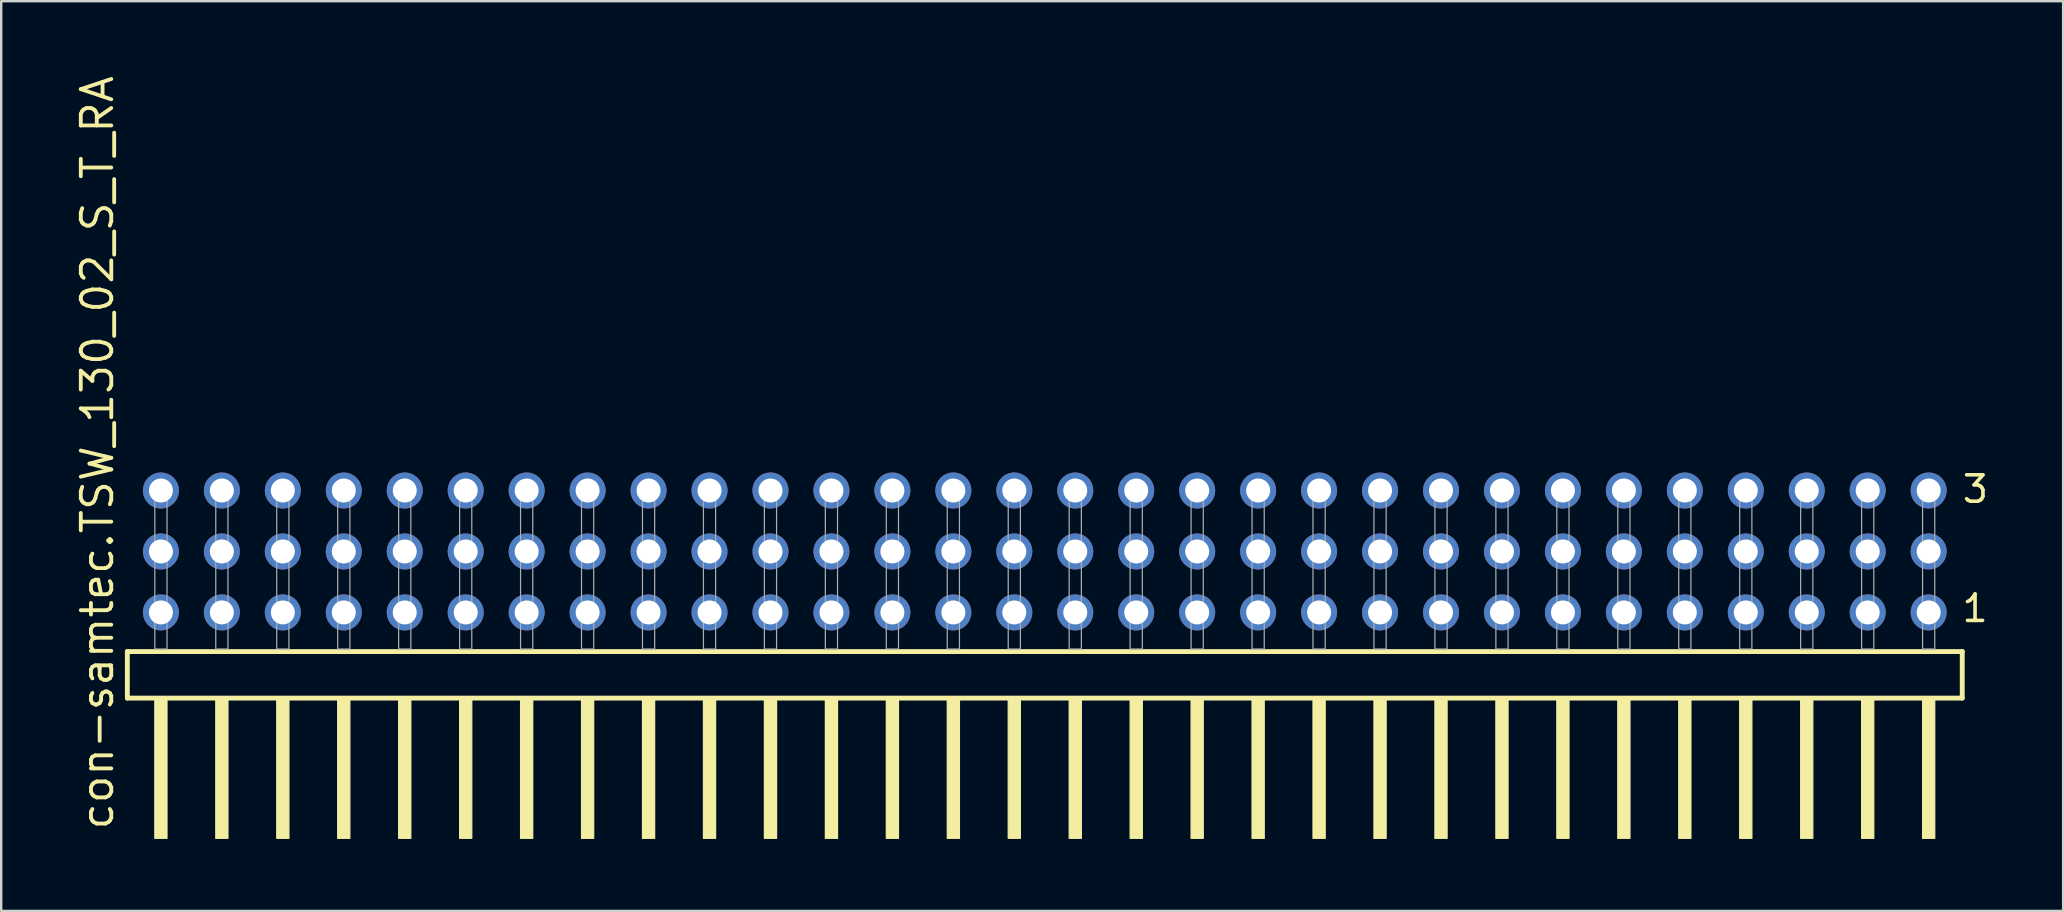
<source format=kicad_pcb>
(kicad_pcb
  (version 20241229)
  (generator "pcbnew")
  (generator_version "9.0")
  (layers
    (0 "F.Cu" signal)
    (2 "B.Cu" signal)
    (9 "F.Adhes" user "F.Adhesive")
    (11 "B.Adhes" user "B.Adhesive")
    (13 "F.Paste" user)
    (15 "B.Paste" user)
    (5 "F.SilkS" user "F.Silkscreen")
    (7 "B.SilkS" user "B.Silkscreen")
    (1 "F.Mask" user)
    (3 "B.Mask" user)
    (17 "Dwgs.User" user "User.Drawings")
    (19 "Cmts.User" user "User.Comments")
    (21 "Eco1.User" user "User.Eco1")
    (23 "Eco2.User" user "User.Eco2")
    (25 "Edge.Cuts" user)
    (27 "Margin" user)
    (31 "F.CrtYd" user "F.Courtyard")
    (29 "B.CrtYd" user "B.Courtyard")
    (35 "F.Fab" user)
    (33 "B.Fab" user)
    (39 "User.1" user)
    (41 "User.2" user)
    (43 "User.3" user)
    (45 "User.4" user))
  (footprint "con-samtec.TSW_130_02_S_T_RA"
    (layer "F.Cu")
    (at 40.485 23.993)
    (property "Reference" "con-samtec.TSW_130_02_S_T_RA" (at -38.735 7.62 90) (layer "F.SilkS") (effects (font (size 1.27 1.27) (thickness 0.16)) (justify left bottom)))
    (attr through_hole)
    (fp_line (start -38.229 0.106) (end -38.229 2.046) (stroke (width 0.203) (type default)) (layer "F.SilkS"))
    (fp_line (start -38.229 2.046) (end 38.229 2.046) (stroke (width 0.203) (type default)) (layer "F.SilkS"))
    (fp_line (start 38.229 0.106) (end -38.229 0.106) (stroke (width 0.203) (type default)) (layer "F.SilkS"))
    (fp_line (start 38.229 2.046) (end 38.229 0.106) (stroke (width 0.203) (type default)) (layer "F.SilkS"))
    (fp_rect (start -37.084 7.89) (end -36.576 2.04) (stroke (width 0.05) (type default)) (fill yes) (layer "F.SilkS"))
    (fp_rect (start -34.544 7.89) (end -34.036 2.04) (stroke (width 0.05) (type default)) (fill yes) (layer "F.SilkS"))
    (fp_rect (start -32.004 7.89) (end -31.496 2.04) (stroke (width 0.05) (type default)) (fill yes) (layer "F.SilkS"))
    (fp_rect (start -29.464 7.89) (end -28.956 2.04) (stroke (width 0.05) (type default)) (fill yes) (layer "F.SilkS"))
    (fp_rect (start -26.924 7.89) (end -26.416 2.04) (stroke (width 0.05) (type default)) (fill yes) (layer "F.SilkS"))
    (fp_rect (start -24.384 7.89) (end -23.876 2.04) (stroke (width 0.05) (type default)) (fill yes) (layer "F.SilkS"))
    (fp_rect (start -21.844 7.89) (end -21.336 2.04) (stroke (width 0.05) (type default)) (fill yes) (layer "F.SilkS"))
    (fp_rect (start -19.304 7.89) (end -18.796 2.04) (stroke (width 0.05) (type default)) (fill yes) (layer "F.SilkS"))
    (fp_rect (start -16.764 7.89) (end -16.256 2.04) (stroke (width 0.05) (type default)) (fill yes) (layer "F.SilkS"))
    (fp_rect (start -14.224 7.89) (end -13.716 2.04) (stroke (width 0.05) (type default)) (fill yes) (layer "F.SilkS"))
    (fp_rect (start -11.684 7.89) (end -11.176 2.04) (stroke (width 0.05) (type default)) (fill yes) (layer "F.SilkS"))
    (fp_rect (start -9.144 7.89) (end -8.636 2.04) (stroke (width 0.05) (type default)) (fill yes) (layer "F.SilkS"))
    (fp_rect (start -6.604 7.89) (end -6.096 2.04) (stroke (width 0.05) (type default)) (fill yes) (layer "F.SilkS"))
    (fp_rect (start -4.064 7.89) (end -3.556 2.04) (stroke (width 0.05) (type default)) (fill yes) (layer "F.SilkS"))
    (fp_rect (start -1.524 7.89) (end -1.016 2.04) (stroke (width 0.05) (type default)) (fill yes) (layer "F.SilkS"))
    (fp_rect (start 1.016 7.89) (end 1.524 2.04) (stroke (width 0.05) (type default)) (fill yes) (layer "F.SilkS"))
    (fp_rect (start 3.556 7.89) (end 4.064 2.04) (stroke (width 0.05) (type default)) (fill yes) (layer "F.SilkS"))
    (fp_rect (start 6.096 7.89) (end 6.604 2.04) (stroke (width 0.05) (type default)) (fill yes) (layer "F.SilkS"))
    (fp_rect (start 8.636 7.89) (end 9.144 2.04) (stroke (width 0.05) (type default)) (fill yes) (layer "F.SilkS"))
    (fp_rect (start 11.176 7.89) (end 11.684 2.04) (stroke (width 0.05) (type default)) (fill yes) (layer "F.SilkS"))
    (fp_rect (start 13.716 7.89) (end 14.224 2.04) (stroke (width 0.05) (type default)) (fill yes) (layer "F.SilkS"))
    (fp_rect (start 16.256 7.89) (end 16.764 2.04) (stroke (width 0.05) (type default)) (fill yes) (layer "F.SilkS"))
    (fp_rect (start 18.796 7.89) (end 19.304 2.04) (stroke (width 0.05) (type default)) (fill yes) (layer "F.SilkS"))
    (fp_rect (start 21.336 7.89) (end 21.844 2.04) (stroke (width 0.05) (type default)) (fill yes) (layer "F.SilkS"))
    (fp_rect (start 23.876 7.89) (end 24.384 2.04) (stroke (width 0.05) (type default)) (fill yes) (layer "F.SilkS"))
    (fp_rect (start 26.416 7.89) (end 26.924 2.04) (stroke (width 0.05) (type default)) (fill yes) (layer "F.SilkS"))
    (fp_rect (start 28.956 7.89) (end 29.464 2.04) (stroke (width 0.05) (type default)) (fill yes) (layer "F.SilkS"))
    (fp_rect (start 31.496 7.89) (end 32.004 2.04) (stroke (width 0.05) (type default)) (fill yes) (layer "F.SilkS"))
    (fp_rect (start 34.036 7.89) (end 34.544 2.04) (stroke (width 0.05) (type default)) (fill yes) (layer "F.SilkS"))
    (fp_rect (start 36.576 7.89) (end 37.084 2.04) (stroke (width 0.05) (type default)) (fill yes) (layer "F.SilkS"))
    (fp_rect (start -37.084 0) (end -36.576 -6.858) (stroke (width 0.05) (type default)) (fill no) (layer "F.Fab"))
    (fp_rect (start -34.544 0) (end -34.036 -6.858) (stroke (width 0.05) (type default)) (fill no) (layer "F.Fab"))
    (fp_rect (start -32.004 0) (end -31.496 -6.858) (stroke (width 0.05) (type default)) (fill no) (layer "F.Fab"))
    (fp_rect (start -29.464 0) (end -28.956 -6.858) (stroke (width 0.05) (type default)) (fill no) (layer "F.Fab"))
    (fp_rect (start -26.924 0) (end -26.416 -6.858) (stroke (width 0.05) (type default)) (fill no) (layer "F.Fab"))
    (fp_rect (start -24.384 0) (end -23.876 -6.858) (stroke (width 0.05) (type default)) (fill no) (layer "F.Fab"))
    (fp_rect (start -21.844 0) (end -21.336 -6.858) (stroke (width 0.05) (type default)) (fill no) (layer "F.Fab"))
    (fp_rect (start -19.304 0) (end -18.796 -6.858) (stroke (width 0.05) (type default)) (fill no) (layer "F.Fab"))
    (fp_rect (start -16.764 0) (end -16.256 -6.858) (stroke (width 0.05) (type default)) (fill no) (layer "F.Fab"))
    (fp_rect (start -14.224 0) (end -13.716 -6.858) (stroke (width 0.05) (type default)) (fill no) (layer "F.Fab"))
    (fp_rect (start -11.684 0) (end -11.176 -6.858) (stroke (width 0.05) (type default)) (fill no) (layer "F.Fab"))
    (fp_rect (start -9.144 0) (end -8.636 -6.858) (stroke (width 0.05) (type default)) (fill no) (layer "F.Fab"))
    (fp_rect (start -6.604 0) (end -6.096 -6.858) (stroke (width 0.05) (type default)) (fill no) (layer "F.Fab"))
    (fp_rect (start -4.064 0) (end -3.556 -6.858) (stroke (width 0.05) (type default)) (fill no) (layer "F.Fab"))
    (fp_rect (start -1.524 0) (end -1.016 -6.858) (stroke (width 0.05) (type default)) (fill no) (layer "F.Fab"))
    (fp_rect (start 1.016 0) (end 1.524 -6.858) (stroke (width 0.05) (type default)) (fill no) (layer "F.Fab"))
    (fp_rect (start 3.556 0) (end 4.064 -6.858) (stroke (width 0.05) (type default)) (fill no) (layer "F.Fab"))
    (fp_rect (start 6.096 0) (end 6.604 -6.858) (stroke (width 0.05) (type default)) (fill no) (layer "F.Fab"))
    (fp_rect (start 8.636 0) (end 9.144 -6.858) (stroke (width 0.05) (type default)) (fill no) (layer "F.Fab"))
    (fp_rect (start 11.176 0) (end 11.684 -6.858) (stroke (width 0.05) (type default)) (fill no) (layer "F.Fab"))
    (fp_rect (start 13.716 0) (end 14.224 -6.858) (stroke (width 0.05) (type default)) (fill no) (layer "F.Fab"))
    (fp_rect (start 16.256 0) (end 16.764 -6.858) (stroke (width 0.05) (type default)) (fill no) (layer "F.Fab"))
    (fp_rect (start 18.796 0) (end 19.304 -6.858) (stroke (width 0.05) (type default)) (fill no) (layer "F.Fab"))
    (fp_rect (start 21.336 0) (end 21.844 -6.858) (stroke (width 0.05) (type default)) (fill no) (layer "F.Fab"))
    (fp_rect (start 23.876 0) (end 24.384 -6.858) (stroke (width 0.05) (type default)) (fill no) (layer "F.Fab"))
    (fp_rect (start 26.416 0) (end 26.924 -6.858) (stroke (width 0.05) (type default)) (fill no) (layer "F.Fab"))
    (fp_rect (start 28.956 0) (end 29.464 -6.858) (stroke (width 0.05) (type default)) (fill no) (layer "F.Fab"))
    (fp_rect (start 31.496 0) (end 32.004 -6.858) (stroke (width 0.05) (type default)) (fill no) (layer "F.Fab"))
    (fp_rect (start 34.036 0) (end 34.544 -6.858) (stroke (width 0.05) (type default)) (fill no) (layer "F.Fab"))
    (fp_rect (start 36.576 0) (end 37.084 -6.858) (stroke (width 0.05) (type default)) (fill no) (layer "F.Fab"))
    (fp_text user "1" (at 38.14 -1.05 0) (layer "F.SilkS") (effects (font (size 1.1 1.1) (thickness 0.15)) (justify left bottom)))
    (fp_text user "3" (at 38.155 -6.015 0) (layer "F.SilkS") (effects (font (size 1.1 1.1) (thickness 0.15)) (justify left bottom)))
    (pad "1" thru_hole circle (at 36.83 -1.524 180) (size 1.5 1.5) (drill 1) (layers "*.Cu" "*.Mask"))
    (pad "2" thru_hole circle (at 36.83 -4.064 180) (size 1.5 1.5) (drill 1) (layers "*.Cu" "*.Mask"))
    (pad "3" thru_hole circle (at 36.83 -6.604 180) (size 1.5 1.5) (drill 1) (layers "*.Cu" "*.Mask"))
    (pad "4" thru_hole circle (at 34.29 -1.524 180) (size 1.5 1.5) (drill 1) (layers "*.Cu" "*.Mask"))
    (pad "5" thru_hole circle (at 34.29 -4.064 180) (size 1.5 1.5) (drill 1) (layers "*.Cu" "*.Mask"))
    (pad "6" thru_hole circle (at 34.29 -6.604 180) (size 1.5 1.5) (drill 1) (layers "*.Cu" "*.Mask"))
    (pad "7" thru_hole circle (at 31.75 -1.524 180) (size 1.5 1.5) (drill 1) (layers "*.Cu" "*.Mask"))
    (pad "8" thru_hole circle (at 31.75 -4.064 180) (size 1.5 1.5) (drill 1) (layers "*.Cu" "*.Mask"))
    (pad "9" thru_hole circle (at 31.75 -6.604 180) (size 1.5 1.5) (drill 1) (layers "*.Cu" "*.Mask"))
    (pad "10" thru_hole circle (at 29.21 -1.524 180) (size 1.5 1.5) (drill 1) (layers "*.Cu" "*.Mask"))
    (pad "11" thru_hole circle (at 29.21 -4.064 180) (size 1.5 1.5) (drill 1) (layers "*.Cu" "*.Mask"))
    (pad "12" thru_hole circle (at 29.21 -6.604 180) (size 1.5 1.5) (drill 1) (layers "*.Cu" "*.Mask"))
    (pad "13" thru_hole circle (at 26.67 -1.524 180) (size 1.5 1.5) (drill 1) (layers "*.Cu" "*.Mask"))
    (pad "14" thru_hole circle (at 26.67 -4.064 180) (size 1.5 1.5) (drill 1) (layers "*.Cu" "*.Mask"))
    (pad "15" thru_hole circle (at 26.67 -6.604 180) (size 1.5 1.5) (drill 1) (layers "*.Cu" "*.Mask"))
    (pad "16" thru_hole circle (at 24.13 -1.524 180) (size 1.5 1.5) (drill 1) (layers "*.Cu" "*.Mask"))
    (pad "17" thru_hole circle (at 24.13 -4.064 180) (size 1.5 1.5) (drill 1) (layers "*.Cu" "*.Mask"))
    (pad "18" thru_hole circle (at 24.13 -6.604 180) (size 1.5 1.5) (drill 1) (layers "*.Cu" "*.Mask"))
    (pad "19" thru_hole circle (at 21.59 -1.524 180) (size 1.5 1.5) (drill 1) (layers "*.Cu" "*.Mask"))
    (pad "20" thru_hole circle (at 21.59 -4.064 180) (size 1.5 1.5) (drill 1) (layers "*.Cu" "*.Mask"))
    (pad "21" thru_hole circle (at 21.59 -6.604 180) (size 1.5 1.5) (drill 1) (layers "*.Cu" "*.Mask"))
    (pad "22" thru_hole circle (at 19.05 -1.524 180) (size 1.5 1.5) (drill 1) (layers "*.Cu" "*.Mask"))
    (pad "23" thru_hole circle (at 19.05 -4.064 180) (size 1.5 1.5) (drill 1) (layers "*.Cu" "*.Mask"))
    (pad "24" thru_hole circle (at 19.05 -6.604 180) (size 1.5 1.5) (drill 1) (layers "*.Cu" "*.Mask"))
    (pad "25" thru_hole circle (at 16.51 -1.524 180) (size 1.5 1.5) (drill 1) (layers "*.Cu" "*.Mask"))
    (pad "26" thru_hole circle (at 16.51 -4.064 180) (size 1.5 1.5) (drill 1) (layers "*.Cu" "*.Mask"))
    (pad "27" thru_hole circle (at 16.51 -6.604 180) (size 1.5 1.5) (drill 1) (layers "*.Cu" "*.Mask"))
    (pad "28" thru_hole circle (at 13.97 -1.524 180) (size 1.5 1.5) (drill 1) (layers "*.Cu" "*.Mask"))
    (pad "29" thru_hole circle (at 13.97 -4.064 180) (size 1.5 1.5) (drill 1) (layers "*.Cu" "*.Mask"))
    (pad "30" thru_hole circle (at 13.97 -6.604 180) (size 1.5 1.5) (drill 1) (layers "*.Cu" "*.Mask"))
    (pad "31" thru_hole circle (at 11.43 -1.524 180) (size 1.5 1.5) (drill 1) (layers "*.Cu" "*.Mask"))
    (pad "32" thru_hole circle (at 11.43 -4.064 180) (size 1.5 1.5) (drill 1) (layers "*.Cu" "*.Mask"))
    (pad "33" thru_hole circle (at 11.43 -6.604 180) (size 1.5 1.5) (drill 1) (layers "*.Cu" "*.Mask"))
    (pad "34" thru_hole circle (at 8.89 -1.524 180) (size 1.5 1.5) (drill 1) (layers "*.Cu" "*.Mask"))
    (pad "35" thru_hole circle (at 8.89 -4.064 180) (size 1.5 1.5) (drill 1) (layers "*.Cu" "*.Mask"))
    (pad "36" thru_hole circle (at 8.89 -6.604 180) (size 1.5 1.5) (drill 1) (layers "*.Cu" "*.Mask"))
    (pad "37" thru_hole circle (at 6.35 -1.524 180) (size 1.5 1.5) (drill 1) (layers "*.Cu" "*.Mask"))
    (pad "38" thru_hole circle (at 6.35 -4.064 180) (size 1.5 1.5) (drill 1) (layers "*.Cu" "*.Mask"))
    (pad "39" thru_hole circle (at 6.35 -6.604 180) (size 1.5 1.5) (drill 1) (layers "*.Cu" "*.Mask"))
    (pad "40" thru_hole circle (at 3.81 -1.524 180) (size 1.5 1.5) (drill 1) (layers "*.Cu" "*.Mask"))
    (pad "41" thru_hole circle (at 3.81 -4.064 180) (size 1.5 1.5) (drill 1) (layers "*.Cu" "*.Mask"))
    (pad "42" thru_hole circle (at 3.81 -6.604 180) (size 1.5 1.5) (drill 1) (layers "*.Cu" "*.Mask"))
    (pad "43" thru_hole circle (at 1.27 -1.524 180) (size 1.5 1.5) (drill 1) (layers "*.Cu" "*.Mask"))
    (pad "44" thru_hole circle (at 1.27 -4.064 180) (size 1.5 1.5) (drill 1) (layers "*.Cu" "*.Mask"))
    (pad "45" thru_hole circle (at 1.27 -6.604 180) (size 1.5 1.5) (drill 1) (layers "*.Cu" "*.Mask"))
    (pad "46" thru_hole circle (at -1.27 -1.524 180) (size 1.5 1.5) (drill 1) (layers "*.Cu" "*.Mask"))
    (pad "47" thru_hole circle (at -1.27 -4.064 180) (size 1.5 1.5) (drill 1) (layers "*.Cu" "*.Mask"))
    (pad "48" thru_hole circle (at -1.27 -6.604 180) (size 1.5 1.5) (drill 1) (layers "*.Cu" "*.Mask"))
    (pad "49" thru_hole circle (at -3.81 -1.524 180) (size 1.5 1.5) (drill 1) (layers "*.Cu" "*.Mask"))
    (pad "50" thru_hole circle (at -3.81 -4.064 180) (size 1.5 1.5) (drill 1) (layers "*.Cu" "*.Mask"))
    (pad "51" thru_hole circle (at -3.81 -6.604 180) (size 1.5 1.5) (drill 1) (layers "*.Cu" "*.Mask"))
    (pad "52" thru_hole circle (at -6.35 -1.524 180) (size 1.5 1.5) (drill 1) (layers "*.Cu" "*.Mask"))
    (pad "53" thru_hole circle (at -6.35 -4.064 180) (size 1.5 1.5) (drill 1) (layers "*.Cu" "*.Mask"))
    (pad "54" thru_hole circle (at -6.35 -6.604 180) (size 1.5 1.5) (drill 1) (layers "*.Cu" "*.Mask"))
    (pad "55" thru_hole circle (at -8.89 -1.524 180) (size 1.5 1.5) (drill 1) (layers "*.Cu" "*.Mask"))
    (pad "56" thru_hole circle (at -8.89 -4.064 180) (size 1.5 1.5) (drill 1) (layers "*.Cu" "*.Mask"))
    (pad "57" thru_hole circle (at -8.89 -6.604 180) (size 1.5 1.5) (drill 1) (layers "*.Cu" "*.Mask"))
    (pad "58" thru_hole circle (at -11.43 -1.524 180) (size 1.5 1.5) (drill 1) (layers "*.Cu" "*.Mask"))
    (pad "59" thru_hole circle (at -11.43 -4.064 180) (size 1.5 1.5) (drill 1) (layers "*.Cu" "*.Mask"))
    (pad "60" thru_hole circle (at -11.43 -6.604 180) (size 1.5 1.5) (drill 1) (layers "*.Cu" "*.Mask"))
    (pad "61" thru_hole circle (at -13.97 -1.524 180) (size 1.5 1.5) (drill 1) (layers "*.Cu" "*.Mask"))
    (pad "62" thru_hole circle (at -13.97 -4.064 180) (size 1.5 1.5) (drill 1) (layers "*.Cu" "*.Mask"))
    (pad "63" thru_hole circle (at -13.97 -6.604 180) (size 1.5 1.5) (drill 1) (layers "*.Cu" "*.Mask"))
    (pad "64" thru_hole circle (at -16.51 -1.524 180) (size 1.5 1.5) (drill 1) (layers "*.Cu" "*.Mask"))
    (pad "65" thru_hole circle (at -16.51 -4.064 180) (size 1.5 1.5) (drill 1) (layers "*.Cu" "*.Mask"))
    (pad "66" thru_hole circle (at -16.51 -6.604 180) (size 1.5 1.5) (drill 1) (layers "*.Cu" "*.Mask"))
    (pad "67" thru_hole circle (at -19.05 -1.524 180) (size 1.5 1.5) (drill 1) (layers "*.Cu" "*.Mask"))
    (pad "68" thru_hole circle (at -19.05 -4.064 180) (size 1.5 1.5) (drill 1) (layers "*.Cu" "*.Mask"))
    (pad "69" thru_hole circle (at -19.05 -6.604 180) (size 1.5 1.5) (drill 1) (layers "*.Cu" "*.Mask"))
    (pad "70" thru_hole circle (at -21.59 -1.524 180) (size 1.5 1.5) (drill 1) (layers "*.Cu" "*.Mask"))
    (pad "71" thru_hole circle (at -21.59 -4.064 180) (size 1.5 1.5) (drill 1) (layers "*.Cu" "*.Mask"))
    (pad "72" thru_hole circle (at -21.59 -6.604 180) (size 1.5 1.5) (drill 1) (layers "*.Cu" "*.Mask"))
    (pad "73" thru_hole circle (at -24.13 -1.524 180) (size 1.5 1.5) (drill 1) (layers "*.Cu" "*.Mask"))
    (pad "74" thru_hole circle (at -24.13 -4.064 180) (size 1.5 1.5) (drill 1) (layers "*.Cu" "*.Mask"))
    (pad "75" thru_hole circle (at -24.13 -6.604 180) (size 1.5 1.5) (drill 1) (layers "*.Cu" "*.Mask"))
    (pad "76" thru_hole circle (at -26.67 -1.524 180) (size 1.5 1.5) (drill 1) (layers "*.Cu" "*.Mask"))
    (pad "77" thru_hole circle (at -26.67 -4.064 180) (size 1.5 1.5) (drill 1) (layers "*.Cu" "*.Mask"))
    (pad "78" thru_hole circle (at -26.67 -6.604 180) (size 1.5 1.5) (drill 1) (layers "*.Cu" "*.Mask"))
    (pad "79" thru_hole circle (at -29.21 -1.524 180) (size 1.5 1.5) (drill 1) (layers "*.Cu" "*.Mask"))
    (pad "80" thru_hole circle (at -29.21 -4.064 180) (size 1.5 1.5) (drill 1) (layers "*.Cu" "*.Mask"))
    (pad "81" thru_hole circle (at -29.21 -6.604 180) (size 1.5 1.5) (drill 1) (layers "*.Cu" "*.Mask"))
    (pad "82" thru_hole circle (at -31.75 -1.524 180) (size 1.5 1.5) (drill 1) (layers "*.Cu" "*.Mask"))
    (pad "83" thru_hole circle (at -31.75 -4.064 180) (size 1.5 1.5) (drill 1) (layers "*.Cu" "*.Mask"))
    (pad "84" thru_hole circle (at -31.75 -6.604 180) (size 1.5 1.5) (drill 1) (layers "*.Cu" "*.Mask"))
    (pad "85" thru_hole circle (at -34.29 -1.524 180) (size 1.5 1.5) (drill 1) (layers "*.Cu" "*.Mask"))
    (pad "86" thru_hole circle (at -34.29 -4.064 180) (size 1.5 1.5) (drill 1) (layers "*.Cu" "*.Mask"))
    (pad "87" thru_hole circle (at -34.29 -6.604 180) (size 1.5 1.5) (drill 1) (layers "*.Cu" "*.Mask"))
    (pad "88" thru_hole circle (at -36.83 -1.524 180) (size 1.5 1.5) (drill 1) (layers "*.Cu" "*.Mask"))
    (pad "89" thru_hole circle (at -36.83 -4.064 180) (size 1.5 1.5) (drill 1) (layers "*.Cu" "*.Mask"))
    (pad "90" thru_hole circle (at -36.83 -6.604 180) (size 1.5 1.5) (drill 1) (layers "*.Cu" "*.Mask")))
  (gr_rect
    (start -3 -3)
    (end 82.918 34.908)
    (stroke (width 0.1) (type default))
    (fill no)
    (layer "Edge.Cuts")))
</source>
